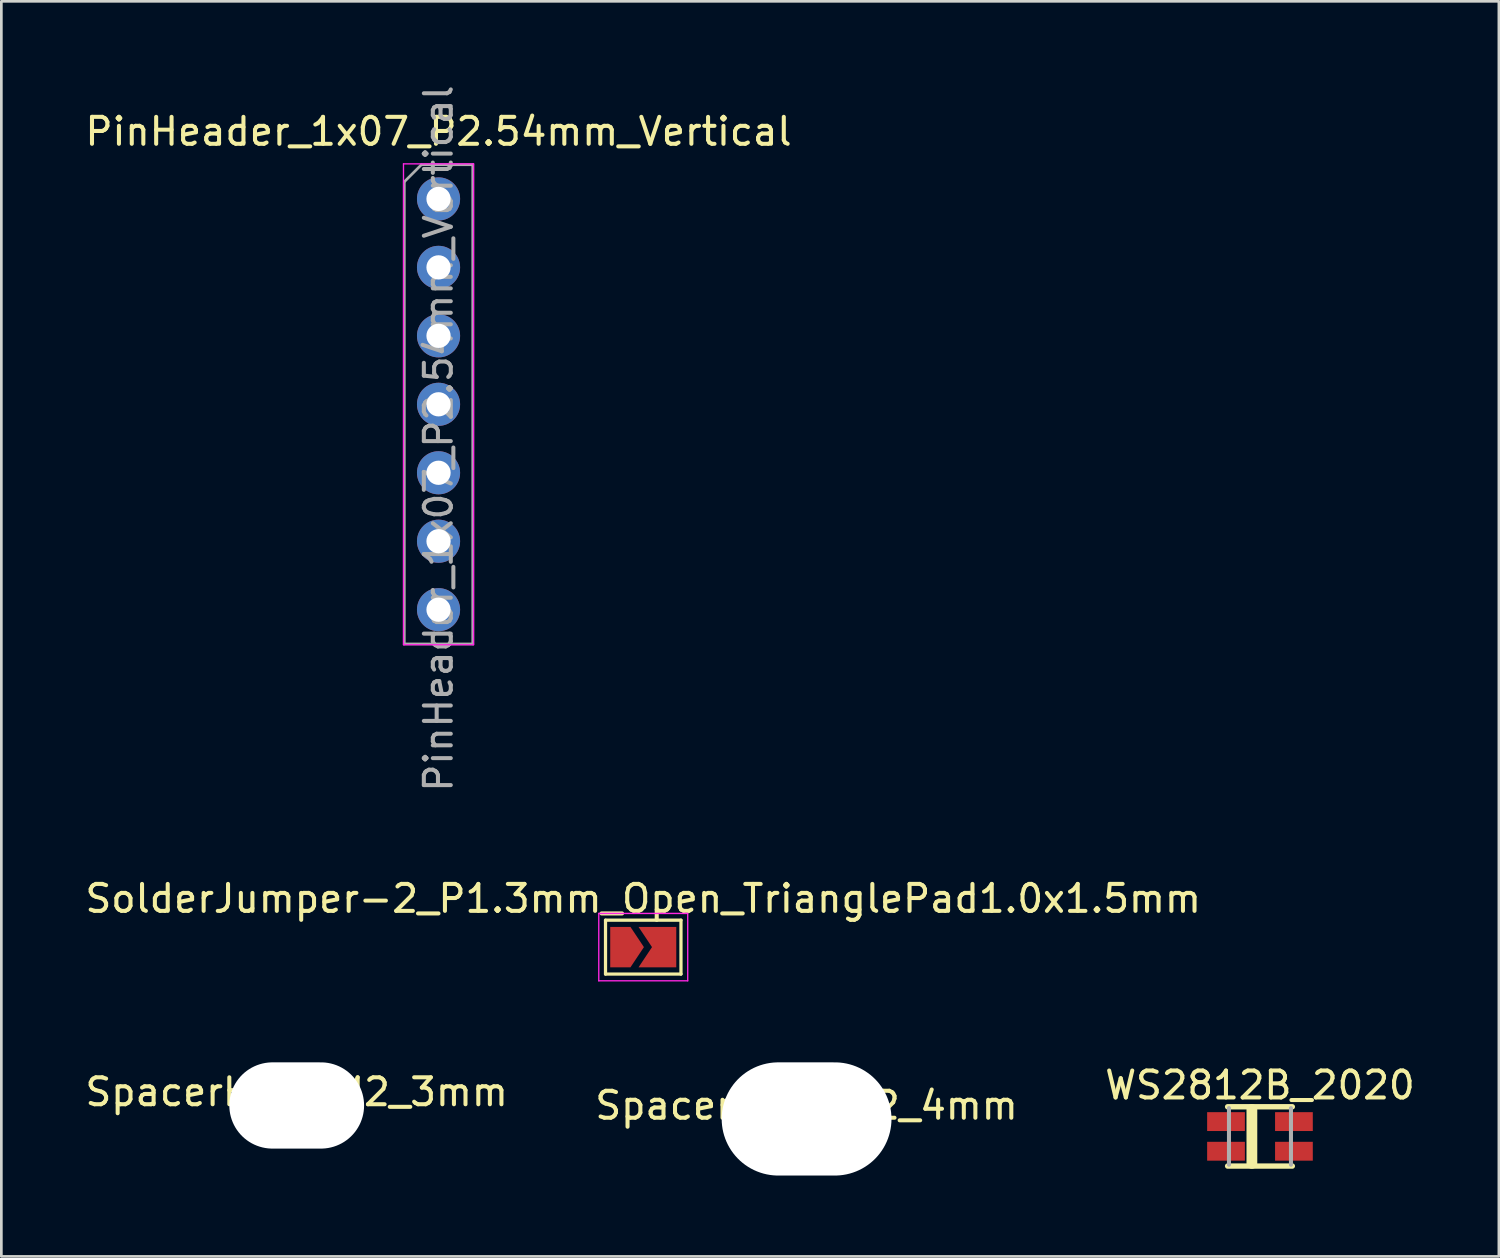
<source format=kicad_pcb>
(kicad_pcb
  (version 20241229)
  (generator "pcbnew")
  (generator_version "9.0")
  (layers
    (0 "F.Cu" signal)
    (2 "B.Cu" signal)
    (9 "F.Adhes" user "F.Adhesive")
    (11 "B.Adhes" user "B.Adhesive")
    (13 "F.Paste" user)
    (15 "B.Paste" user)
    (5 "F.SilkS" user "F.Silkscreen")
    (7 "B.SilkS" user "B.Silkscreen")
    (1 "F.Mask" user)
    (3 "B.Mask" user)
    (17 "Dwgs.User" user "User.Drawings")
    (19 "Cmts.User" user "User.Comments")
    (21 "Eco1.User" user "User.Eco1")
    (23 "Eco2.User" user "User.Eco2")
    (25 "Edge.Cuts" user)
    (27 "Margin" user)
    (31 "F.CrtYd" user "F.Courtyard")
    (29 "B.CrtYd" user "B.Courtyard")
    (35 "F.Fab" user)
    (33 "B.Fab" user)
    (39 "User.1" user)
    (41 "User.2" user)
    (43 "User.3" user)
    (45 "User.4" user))
  (footprint "SolderJumper-2_P1.3mm_Open_TrianglePad1.0x1.5mm"
    (layer "F.Cu")
    (at 20.815 32.089)
    (property "Reference" "SolderJumper-2_P1.3mm_Open_TrianglePad1.0x1.5mm" (at 0 -1.8 0) (layer "F.SilkS") (effects (font (size 1 1) (thickness 0.15))))
    (attr exclude_from_pos_files exclude_from_bom)
    (fp_line (start -1.4 -1) (end 1.4 -1) (stroke (width 0.12) (type solid)) (layer "F.SilkS"))
    (fp_line (start -1.4 1) (end -1.4 -1) (stroke (width 0.12) (type solid)) (layer "F.SilkS"))
    (fp_line (start 1.4 -1) (end 1.4 1) (stroke (width 0.12) (type solid)) (layer "F.SilkS"))
    (fp_line (start 1.4 1) (end -1.4 1) (stroke (width 0.12) (type solid)) (layer "F.SilkS"))
    (fp_line (start -1.65 -1.25) (end -1.65 1.25) (stroke (width 0.05) (type solid)) (layer "F.CrtYd"))
    (fp_line (start -1.65 -1.25) (end 1.65 -1.25) (stroke (width 0.05) (type solid)) (layer "F.CrtYd"))
    (fp_line (start 1.65 1.25) (end -1.65 1.25) (stroke (width 0.05) (type solid)) (layer "F.CrtYd"))
    (fp_line (start 1.65 1.25) (end 1.65 -1.25) (stroke (width 0.05) (type solid)) (layer "F.CrtYd"))
    (pad "1" smd custom (at -0.725 0) (size 0.3 0.3) (layers "F.Cu" "F.Mask") (options (anchor rect)) (primitives (gr_poly (pts (xy 0.75 0) (xy 0.25 0.75) (xy -0.5 0.75) (xy -0.5 -0.75) (xy 0.25 -0.75)) (width 0) (fill yes))))
    (pad "2" smd custom (at 0.725 0) (size 0.3 0.3) (layers "F.Cu" "F.Mask") (options (anchor rect)) (primitives (gr_poly (pts (xy 0.5 0.75) (xy -0.9 0.75) (xy -0.4 0) (xy -0.9 -0.75) (xy 0.5 -0.75)) (width 0) (fill yes)))))
  (footprint "SpacerHole_M2_3mm"
    (layer "F.Cu")
    (at 7.958 37.964)
    (property "Reference" "SpacerHole_M2_3mm" (at 0 -0.5 0) (unlocked yes) (layer "F.SilkS") (effects (font (size 1 1) (thickness 0.15))))
    (attr through_hole)
    (pad "" np_thru_hole oval (at 0 0) (size 5 3.2) (drill oval 5 3.2) (layers "*.Cu" "*.Mask")))
  (footprint "WS2812B_2020"
    (layer "F.Cu")
    (at 43.696 39.112)
    (property "Reference" "WS2812B_2020" (at 0 -1.9 0) (layer "F.SilkS") (effects (font (size 1 1) (thickness 0.15))))
    (attr through_hole)
    (fp_line (start -1.2 -1.1) (end 1.2 -1.1) (stroke (width 0.2) (type solid)) (layer "F.SilkS"))
    (fp_line (start -0.3 -1) (end -0.3 1) (stroke (width 0.4) (type solid)) (layer "F.SilkS"))
    (fp_line (start 1.2 1.1) (end -1.2 1.1) (stroke (width 0.2) (type solid)) (layer "F.SilkS"))
    (fp_line (start -1.15 -1.05) (end -1.15 1.05) (stroke (width 0.15) (type solid)) (layer "F.Fab"))
    (fp_line (start 1.15 -1.05) (end 1.15 1.05) (stroke (width 0.15) (type solid)) (layer "F.Fab"))
    (pad "1" smd rect (at -1.26 -0.55) (size 1.4 0.7) (layers "F.Cu" "F.Mask" "F.Paste"))
    (pad "2" smd rect (at -1.26 0.55) (size 1.4 0.7) (layers "F.Cu" "F.Mask" "F.Paste"))
    (pad "3" smd rect (at 1.26 0.55) (size 1.4 0.7) (layers "F.Cu" "F.Mask" "F.Paste"))
    (pad "4" smd rect (at 1.26 -0.55) (size 1.4 0.7) (layers "F.Cu" "F.Mask" "F.Paste")))
  (footprint "SpacerHole_M2_4mm"
    (layer "F.Cu")
    (at 26.875 38.464)
    (property "Reference" "SpacerHole_M2_4mm" (at 0 -0.5 0) (unlocked yes) (layer "F.SilkS") (effects (font (size 1 1) (thickness 0.15))))
    (attr through_hole)
    (pad "" np_thru_hole oval (at 0 0) (size 6.3 4.2) (drill oval 6.3 4.2) (layers "*.Cu" "*.Mask")))
  (footprint "PinHeader_1x07_P2.54mm_Vertical"
    (layer "F.Cu")
    (at 13.22 4.33)
    (property "Reference" "PinHeader_1x07_P2.54mm_Vertical" (at 0 -2.5 0) (layer "F.SilkS") (effects (font (size 1 1) (thickness 0.15))))
    (attr through_hole)
    (fp_line (start -1.3 -1.3) (end -1.3 16.54) (stroke (width 0.05) (type solid)) (layer "F.CrtYd"))
    (fp_line (start -1.3 16.54) (end 1.3 16.54) (stroke (width 0.05) (type solid)) (layer "F.CrtYd"))
    (fp_line (start 1.3 -1.3) (end -1.3 -1.3) (stroke (width 0.05) (type solid)) (layer "F.CrtYd"))
    (fp_line (start 1.3 16.54) (end 1.3 -1.3) (stroke (width 0.05) (type solid)) (layer "F.CrtYd"))
    (fp_line (start -1.27 -0.635) (end -0.635 -1.27) (stroke (width 0.1) (type solid)) (layer "F.Fab"))
    (fp_line (start -1.27 16.51) (end -1.27 -0.635) (stroke (width 0.1) (type solid)) (layer "F.Fab"))
    (fp_line (start -0.635 -1.27) (end 1.27 -1.27) (stroke (width 0.1) (type solid)) (layer "F.Fab"))
    (fp_line (start 1.27 -1.27) (end 1.27 16.51) (stroke (width 0.1) (type solid)) (layer "F.Fab"))
    (fp_line (start 1.27 16.51) (end -1.27 16.51) (stroke (width 0.1) (type solid)) (layer "F.Fab"))
    (fp_text user "${REFERENCE}" (at 0 8.89 90) (layer "F.Fab") (effects (font (size 1 1) (thickness 0.15))))
    (pad "1" thru_hole circle (at 0 0) (size 1.6 1.6) (drill 0.9) (layers "*.Cu" "*.Mask"))
    (pad "2" thru_hole circle (at 0 2.54) (size 1.6 1.6) (drill 0.9) (layers "*.Cu" "*.Mask"))
    (pad "3" thru_hole circle (at 0 5.08) (size 1.6 1.6) (drill 0.9) (layers "*.Cu" "*.Mask"))
    (pad "4" thru_hole circle (at 0 7.62) (size 1.6 1.6) (drill 0.9) (layers "*.Cu" "*.Mask"))
    (pad "5" thru_hole circle (at 0 10.16) (size 1.6 1.6) (drill 0.9) (layers "*.Cu" "*.Mask"))
    (pad "6" thru_hole circle (at 0 12.7) (size 1.6 1.6) (drill 0.9) (layers "*.Cu" "*.Mask"))
    (pad "7" thru_hole circle (at 0 15.24) (size 1.6 1.6) (drill 0.9) (layers "*.Cu" "*.Mask")))
  (gr_rect
    (start -3 -3)
    (end 52.56 43.564)
    (stroke (width 0.1) (type default))
    (fill no)
    (layer "Edge.Cuts")))
</source>
